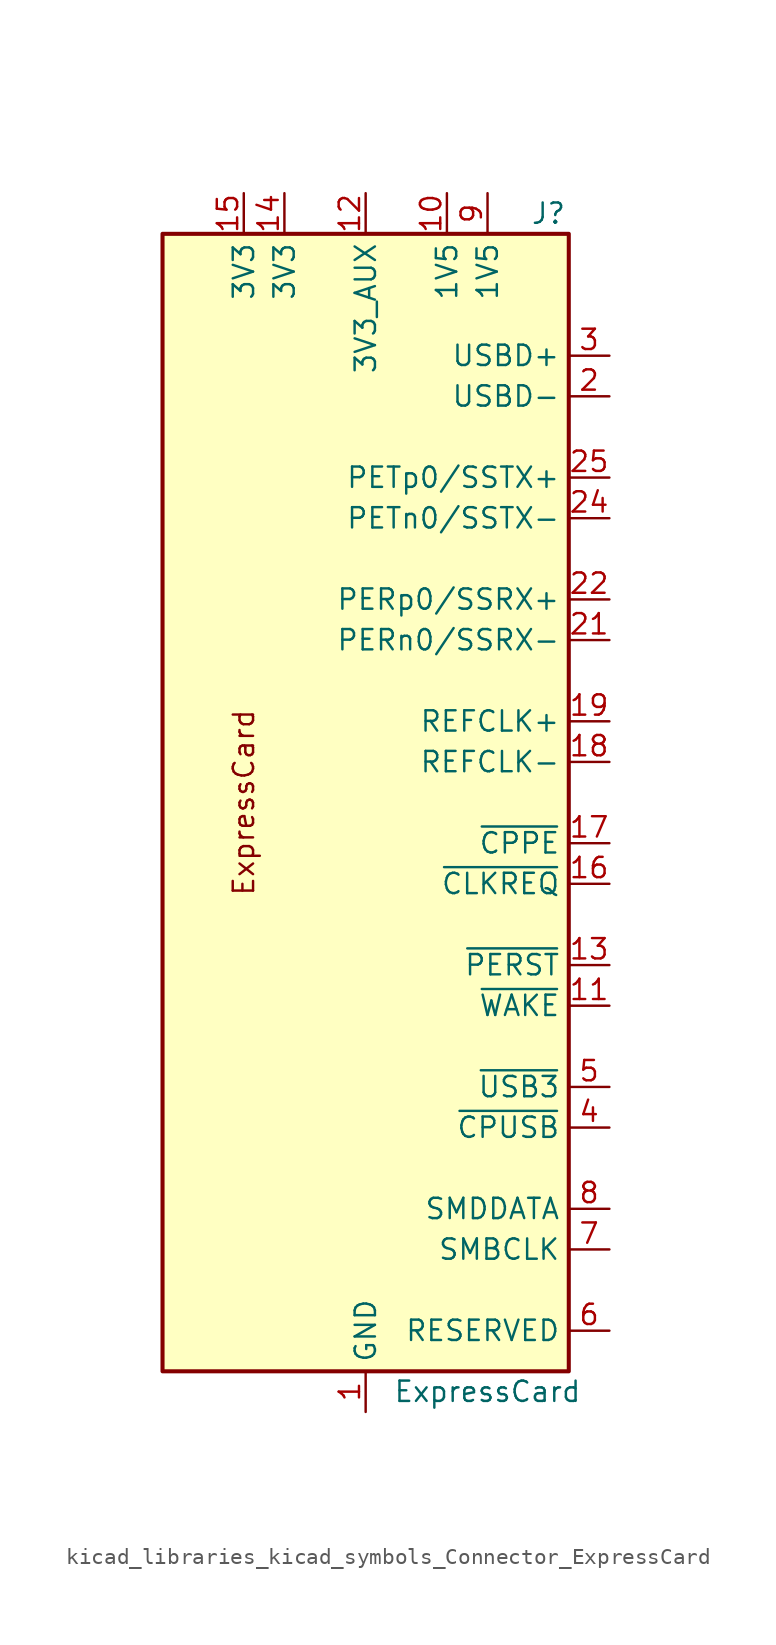
<source format=kicad_sym>
(kicad_symbol_lib
  (version 20220914)
  (generator kicad_symbol_editor)
  (symbol "kicad_libraries_kicad_symbols_Connector_ExpressCard"
    (property "Reference" "J"
      (at 11.43 36.83 0)
      (effects (font (size 1.27 1.27))))
    (property "Value" "ExpressCard"
      (at 7.62 -36.83 0)
      (effects (font (size 1.27 1.27))))
    (symbol "kicad_libraries_kicad_symbols_Connector_ExpressCard_0_0"
      (text "ExpressCard" (at -7.62 0 900) (effects (font (size 1.27 1.27)))))
    (symbol "kicad_libraries_kicad_symbols_Connector_ExpressCard_0_1"
      (rectangle (start -12.7 35.56) (end 12.7 -35.56) (stroke (width 0.254) (type default)) (fill (type background))))
    (symbol "kicad_libraries_kicad_symbols_Connector_ExpressCard_1_1"
      (pin power_out line (at 0 -38.1 90) (length 2.54) (name "GND" (effects (font (size 1.27 1.27)))) (number "1" (effects (font (size 1.27 1.27)))))
      (pin power_out line (at 5.08 38.1 270) (length 2.54) (name "1V5" (effects (font (size 1.27 1.27)))) (number "10" (effects (font (size 1.27 1.27)))))
      (pin input line (at 15.24 -12.7 180) (length 2.54) (name "~{WAKE}" (effects (font (size 1.27 1.27)))) (number "11" (effects (font (size 1.27 1.27)))))
      (pin power_out line (at 0 38.1 270) (length 2.54) (name "3V3_AUX" (effects (font (size 1.27 1.27)))) (number "12" (effects (font (size 1.27 1.27)))))
      (pin output line (at 15.24 -10.16 180) (length 2.54) (name "~{PERST}" (effects (font (size 1.27 1.27)))) (number "13" (effects (font (size 1.27 1.27)))))
      (pin power_out line (at -5.08 38.1 270) (length 2.54) (name "3V3" (effects (font (size 1.27 1.27)))) (number "14" (effects (font (size 1.27 1.27)))))
      (pin power_out line (at -7.62 38.1 270) (length 2.54) (name "3V3" (effects (font (size 1.27 1.27)))) (number "15" (effects (font (size 1.27 1.27)))))
      (pin input line (at 15.24 -5.08 180) (length 2.54) (name "~{CLKREQ}" (effects (font (size 1.27 1.27)))) (number "16" (effects (font (size 1.27 1.27)))))
      (pin input line (at 15.24 -2.54 180) (length 2.54) (name "~{CPPE}" (effects (font (size 1.27 1.27)))) (number "17" (effects (font (size 1.27 1.27)))))
      (pin output line (at 15.24 2.54 180) (length 2.54) (name "REFCLK-" (effects (font (size 1.27 1.27)))) (number "18" (effects (font (size 1.27 1.27)))))
      (pin output line (at 15.24 5.08 180) (length 2.54) (name "REFCLK+" (effects (font (size 1.27 1.27)))) (number "19" (effects (font (size 1.27 1.27)))))
      (pin bidirectional line (at 15.24 25.4 180) (length 2.54) (name "USBD-" (effects (font (size 1.27 1.27)))) (number "2" (effects (font (size 1.27 1.27)))))
      (pin passive line (at 0 -38.1 90) (length 2.54) hide (name "GND" (effects (font (size 1.27 1.27)))) (number "20" (effects (font (size 1.27 1.27)))))
      (pin input line (at 15.24 10.16 180) (length 2.54) (name "PERn0/SSRX-" (effects (font (size 1.27 1.27)))) (number "21" (effects (font (size 1.27 1.27)))))
      (pin input line (at 15.24 12.7 180) (length 2.54) (name "PERp0/SSRX+" (effects (font (size 1.27 1.27)))) (number "22" (effects (font (size 1.27 1.27)))))
      (pin passive line (at 0 -38.1 90) (length 2.54) hide (name "GND" (effects (font (size 1.27 1.27)))) (number "23" (effects (font (size 1.27 1.27)))))
      (pin output line (at 15.24 17.78 180) (length 2.54) (name "PETn0/SSTX-" (effects (font (size 1.27 1.27)))) (number "24" (effects (font (size 1.27 1.27)))))
      (pin output line (at 15.24 20.32 180) (length 2.54) (name "PETp0/SSTX+" (effects (font (size 1.27 1.27)))) (number "25" (effects (font (size 1.27 1.27)))))
      (pin passive line (at 0 -38.1 90) (length 2.54) hide (name "GND" (effects (font (size 1.27 1.27)))) (number "26" (effects (font (size 1.27 1.27)))))
      (pin bidirectional line (at 15.24 27.94 180) (length 2.54) (name "USBD+" (effects (font (size 1.27 1.27)))) (number "3" (effects (font (size 1.27 1.27)))))
      (pin input line (at 15.24 -20.32 180) (length 2.54) (name "~{CPUSB}" (effects (font (size 1.27 1.27)))) (number "4" (effects (font (size 1.27 1.27)))))
      (pin bidirectional line (at 15.24 -17.78 180) (length 2.54) (name "~{USB3}" (effects (font (size 1.27 1.27)))) (number "5" (effects (font (size 1.27 1.27)))))
      (pin passive line (at 15.24 -33.02 180) (length 2.54) (name "RESERVED" (effects (font (size 1.27 1.27)))) (number "6" (effects (font (size 1.27 1.27)))))
      (pin output line (at 15.24 -27.94 180) (length 2.54) (name "SMBCLK" (effects (font (size 1.27 1.27)))) (number "7" (effects (font (size 1.27 1.27)))))
      (pin bidirectional line (at 15.24 -25.4 180) (length 2.54) (name "SMDDATA" (effects (font (size 1.27 1.27)))) (number "8" (effects (font (size 1.27 1.27)))))
      (pin power_out line (at 7.62 38.1 270) (length 2.54) (name "1V5" (effects (font (size 1.27 1.27)))) (number "9" (effects (font (size 1.27 1.27))))))))
</source>
